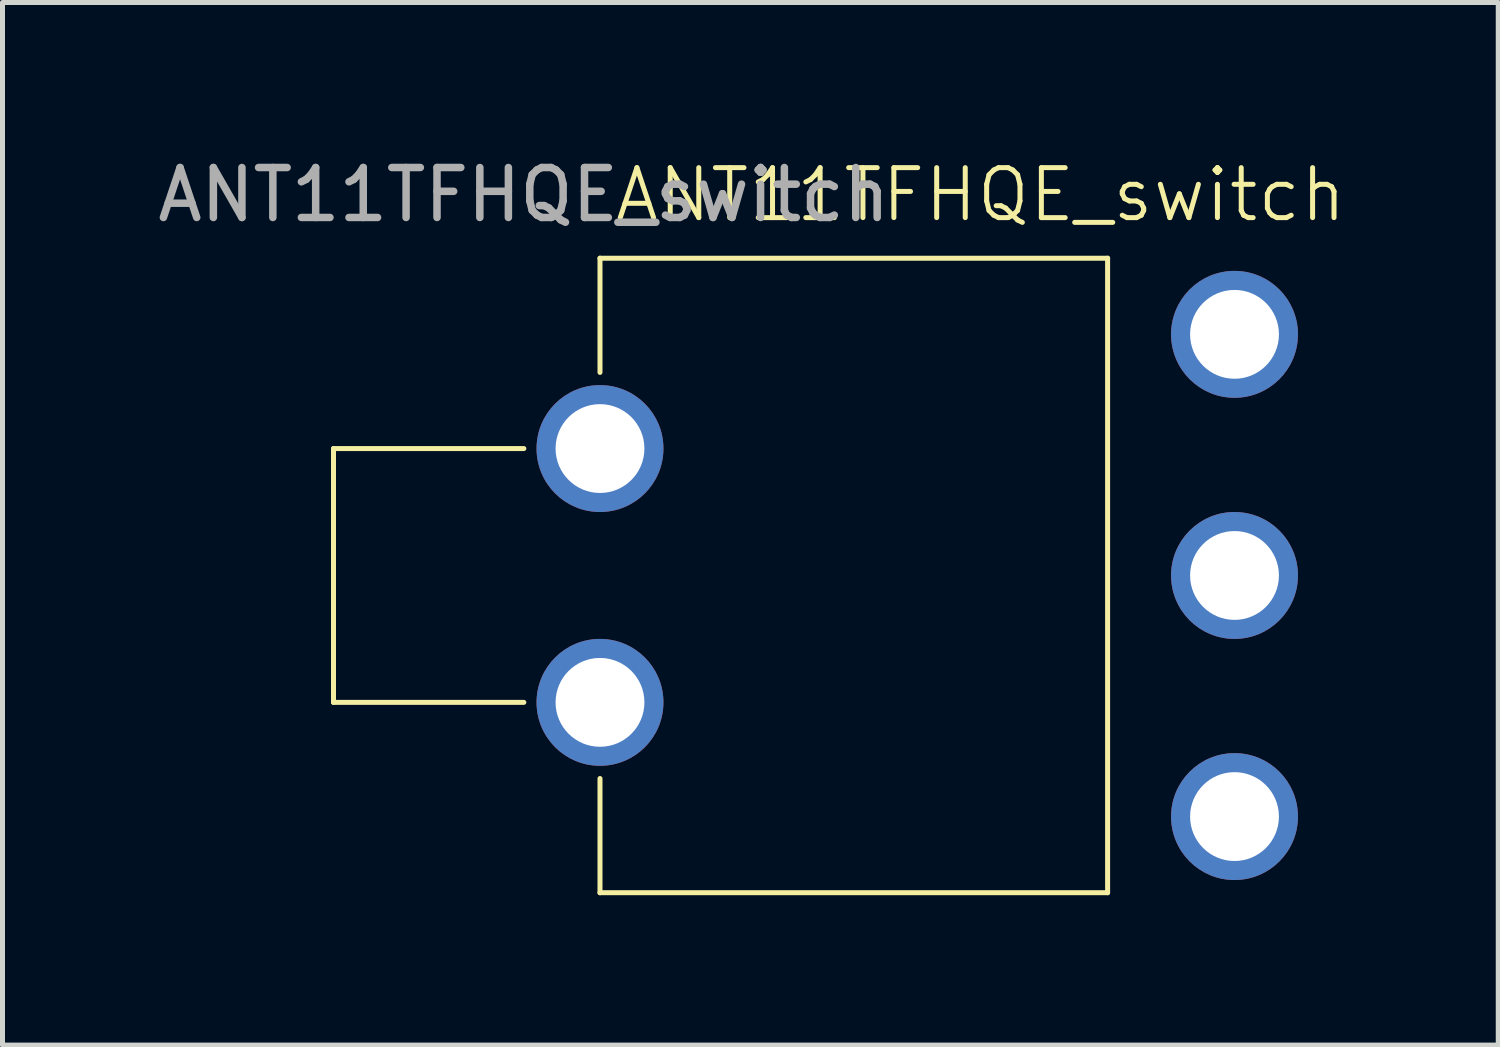
<source format=kicad_pcb>
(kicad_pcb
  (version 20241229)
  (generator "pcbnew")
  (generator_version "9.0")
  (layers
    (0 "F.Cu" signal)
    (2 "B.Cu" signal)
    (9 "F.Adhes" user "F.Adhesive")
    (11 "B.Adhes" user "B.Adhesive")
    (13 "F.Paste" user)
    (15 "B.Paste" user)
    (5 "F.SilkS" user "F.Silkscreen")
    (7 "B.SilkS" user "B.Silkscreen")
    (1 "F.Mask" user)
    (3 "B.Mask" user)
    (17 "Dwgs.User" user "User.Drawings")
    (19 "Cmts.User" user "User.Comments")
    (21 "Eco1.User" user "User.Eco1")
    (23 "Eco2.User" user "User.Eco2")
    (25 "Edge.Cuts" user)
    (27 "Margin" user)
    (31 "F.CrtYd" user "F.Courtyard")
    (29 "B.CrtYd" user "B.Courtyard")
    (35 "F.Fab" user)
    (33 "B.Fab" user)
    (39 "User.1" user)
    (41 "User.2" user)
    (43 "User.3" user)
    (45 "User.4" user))
  (footprint "ANT11TFHQE_switch"
    (layer "F.Cu")
    (at 21.659 3.642)
    (property "Reference" "ANT11TFHQE_switch" (at -5.08 -2.794 0) (unlocked yes) (layer "F.SilkS") (effects (font (size 1 1) (thickness 0.1))))
    (attr through_hole)
    (fp_line (start -18.034 2.286) (end -18.034 7.366) (stroke (width 0.1) (type default)) (layer "F.SilkS"))
    (fp_line (start -18.034 7.366) (end -14.224 7.366) (stroke (width 0.1) (type default)) (layer "F.SilkS"))
    (fp_line (start -14.224 2.286) (end -18.034 2.286) (stroke (width 0.1) (type default)) (layer "F.SilkS"))
    (fp_line (start -12.7 -1.524) (end -2.54 -1.524) (stroke (width 0.1) (type default)) (layer "F.SilkS"))
    (fp_line (start -12.7 0.762) (end -12.7 -1.524) (stroke (width 0.1) (type default)) (layer "F.SilkS"))
    (fp_line (start -12.7 11.176) (end -12.7 8.89) (stroke (width 0.1) (type default)) (layer "F.SilkS"))
    (fp_line (start -2.54 -1.524) (end -2.54 11.176) (stroke (width 0.1) (type default)) (layer "F.SilkS"))
    (fp_line (start -2.54 11.176) (end -12.7 11.176) (stroke (width 0.1) (type default)) (layer "F.SilkS"))
    (fp_text user "${REFERENCE}" (at -14.224 -2.794 0) (unlocked yes) (layer "F.Fab") (effects (font (size 1 1) (thickness 0.15))))
    (pad "1" thru_hole circle (at 0 0) (size 2.54 2.54) (drill 1.778) (layers "*.Cu" "*.Mask"))
    (pad "2" thru_hole circle (at 0 4.826) (size 2.54 2.54) (drill 1.778) (layers "*.Cu" "*.Mask"))
    (pad "3" thru_hole circle (at 0 9.652) (size 2.54 2.54) (drill 1.778) (layers "*.Cu" "*.Mask"))
    (pad "4" thru_hole circle (at -12.7 2.286) (size 2.54 2.54) (drill 1.778) (layers "*.Cu" "*.Mask"))
    (pad "5" thru_hole circle (at -12.7 7.366) (size 2.54 2.54) (drill 1.778) (layers "*.Cu" "*.Mask")))
  (gr_rect
    (start -3 -3)
    (end 26.938 17.868)
    (stroke (width 0.1) (type default))
    (fill no)
    (layer "Edge.Cuts")))
</source>
